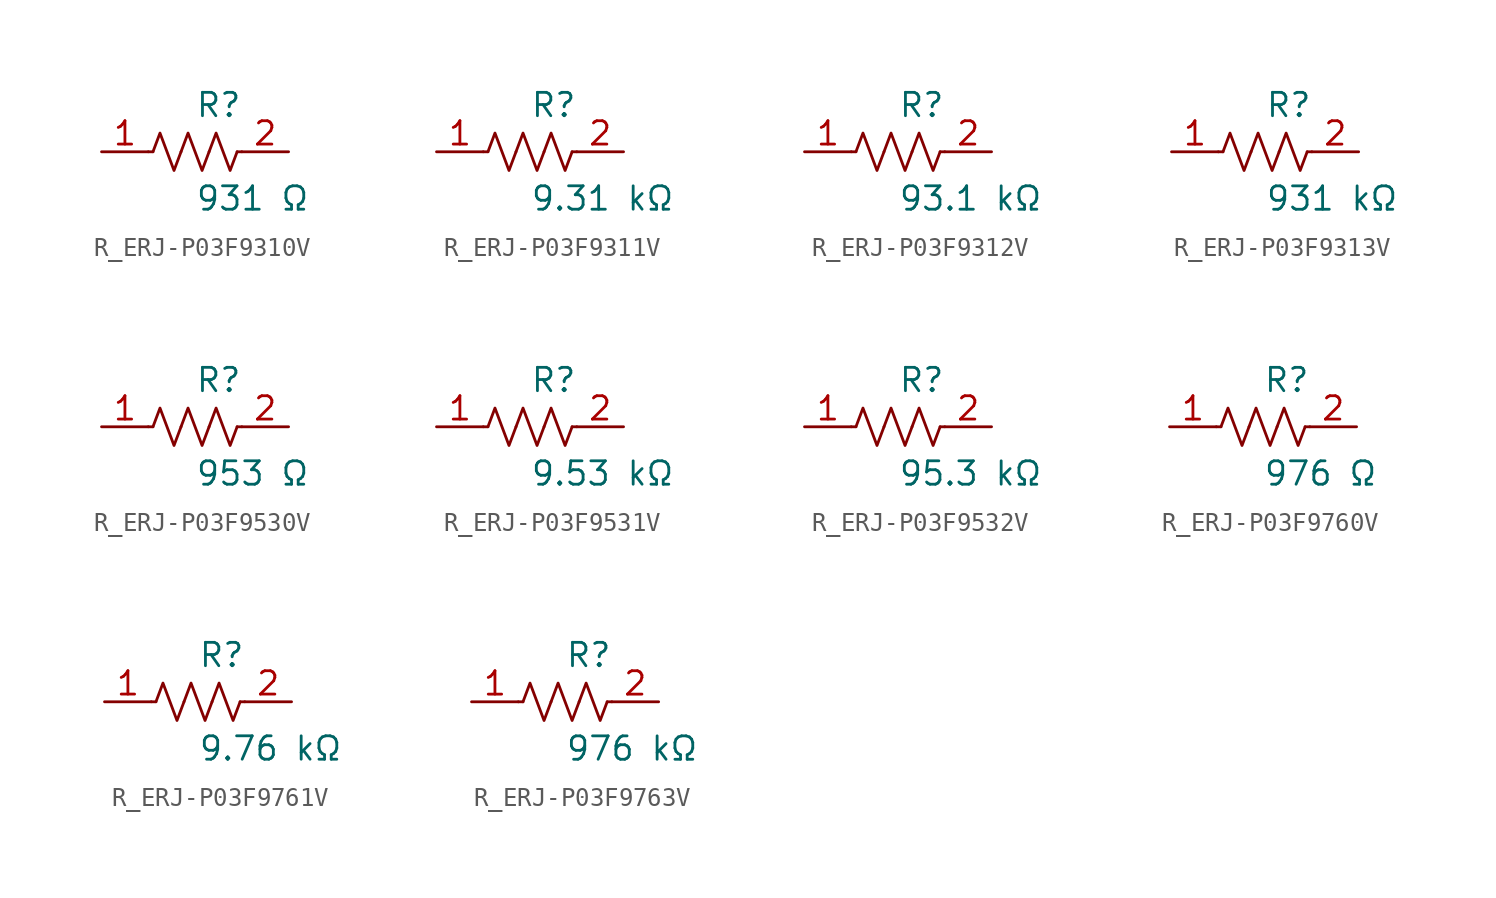
<source format=kicad_sym>
(kicad_symbol_lib
  (version 20231120)
  (generator kicad_symbol_editor)
  (generator_version 8.0)
  (symbol "R_ERJ-P03F9310V"
    (pin_names
      (offset 0.254))
    (property "Reference" "R"
      (at 0.0 2.54 0)
      (effects (font (size 1.27 1.27)) (justify left)))
    (property "Value" "931 Ω"
      (at 0.0 -2.54 0)
      (effects (font (size 1.27 1.27)) (justify left)))
    (symbol "R_ERJ-P03F9310V_0_1"
      (polyline (pts (xy 2.286 0) (xy 2.54 0)) (stroke (width 0) (type default)) (fill (type none)))
      (polyline (pts (xy -2.286 0) (xy -2.54 0)) (stroke (width 0) (type default)) (fill (type none)))
      (polyline (pts (xy 0.762 0) (xy 1.143 1.016) (xy 1.524 0) (xy 1.905 -1.016) (xy 2.286 0)) (stroke (width 0) (type default)) (fill (type none)))
      (polyline (pts (xy -0.762 0) (xy -0.381 1.016) (xy 0 0) (xy 0.381 -1.016) (xy 0.762 0)) (stroke (width 0) (type default)) (fill (type none)))
      (polyline (pts (xy -2.286 0) (xy -1.905 1.016) (xy -1.524 0) (xy -1.143 -1.016) (xy -0.762 0)) (stroke (width 0) (type default)) (fill (type none))))
    (pin unspecified line
      (at -5.08 0 0)
      (length 2.54)
      (name "" (effects (font (size 1.27 1.27))))
      (number "1" (effects (font (size 1.27 1.27)))))
    (pin unspecified line
      (at 5.08 0 180)
      (length 2.54)
      (name "" (effects (font (size 1.27 1.27))))
      (number "2" (effects (font (size 1.27 1.27))))))
  (symbol "R_ERJ-P03F9311V"
    (pin_names
      (offset 0.254))
    (property "Reference" "R"
      (at 0.0 2.54 0)
      (effects (font (size 1.27 1.27)) (justify left)))
    (property "Value" "9.31 kΩ"
      (at 0.0 -2.54 0)
      (effects (font (size 1.27 1.27)) (justify left)))
    (symbol "R_ERJ-P03F9311V_0_1"
      (polyline (pts (xy 2.286 0) (xy 2.54 0)) (stroke (width 0) (type default)) (fill (type none)))
      (polyline (pts (xy -2.286 0) (xy -2.54 0)) (stroke (width 0) (type default)) (fill (type none)))
      (polyline (pts (xy 0.762 0) (xy 1.143 1.016) (xy 1.524 0) (xy 1.905 -1.016) (xy 2.286 0)) (stroke (width 0) (type default)) (fill (type none)))
      (polyline (pts (xy -0.762 0) (xy -0.381 1.016) (xy 0 0) (xy 0.381 -1.016) (xy 0.762 0)) (stroke (width 0) (type default)) (fill (type none)))
      (polyline (pts (xy -2.286 0) (xy -1.905 1.016) (xy -1.524 0) (xy -1.143 -1.016) (xy -0.762 0)) (stroke (width 0) (type default)) (fill (type none))))
    (pin unspecified line
      (at -5.08 0 0)
      (length 2.54)
      (name "" (effects (font (size 1.27 1.27))))
      (number "1" (effects (font (size 1.27 1.27)))))
    (pin unspecified line
      (at 5.08 0 180)
      (length 2.54)
      (name "" (effects (font (size 1.27 1.27))))
      (number "2" (effects (font (size 1.27 1.27))))))
  (symbol "R_ERJ-P03F9312V"
    (pin_names
      (offset 0.254))
    (property "Reference" "R"
      (at 0.0 2.54 0)
      (effects (font (size 1.27 1.27)) (justify left)))
    (property "Value" "93.1 kΩ"
      (at 0.0 -2.54 0)
      (effects (font (size 1.27 1.27)) (justify left)))
    (symbol "R_ERJ-P03F9312V_0_1"
      (polyline (pts (xy 2.286 0) (xy 2.54 0)) (stroke (width 0) (type default)) (fill (type none)))
      (polyline (pts (xy -2.286 0) (xy -2.54 0)) (stroke (width 0) (type default)) (fill (type none)))
      (polyline (pts (xy 0.762 0) (xy 1.143 1.016) (xy 1.524 0) (xy 1.905 -1.016) (xy 2.286 0)) (stroke (width 0) (type default)) (fill (type none)))
      (polyline (pts (xy -0.762 0) (xy -0.381 1.016) (xy 0 0) (xy 0.381 -1.016) (xy 0.762 0)) (stroke (width 0) (type default)) (fill (type none)))
      (polyline (pts (xy -2.286 0) (xy -1.905 1.016) (xy -1.524 0) (xy -1.143 -1.016) (xy -0.762 0)) (stroke (width 0) (type default)) (fill (type none))))
    (pin unspecified line
      (at -5.08 0 0)
      (length 2.54)
      (name "" (effects (font (size 1.27 1.27))))
      (number "1" (effects (font (size 1.27 1.27)))))
    (pin unspecified line
      (at 5.08 0 180)
      (length 2.54)
      (name "" (effects (font (size 1.27 1.27))))
      (number "2" (effects (font (size 1.27 1.27))))))
  (symbol "R_ERJ-P03F9313V"
    (pin_names
      (offset 0.254))
    (property "Reference" "R"
      (at 0.0 2.54 0)
      (effects (font (size 1.27 1.27)) (justify left)))
    (property "Value" "931 kΩ"
      (at 0.0 -2.54 0)
      (effects (font (size 1.27 1.27)) (justify left)))
    (symbol "R_ERJ-P03F9313V_0_1"
      (polyline (pts (xy 2.286 0) (xy 2.54 0)) (stroke (width 0) (type default)) (fill (type none)))
      (polyline (pts (xy -2.286 0) (xy -2.54 0)) (stroke (width 0) (type default)) (fill (type none)))
      (polyline (pts (xy 0.762 0) (xy 1.143 1.016) (xy 1.524 0) (xy 1.905 -1.016) (xy 2.286 0)) (stroke (width 0) (type default)) (fill (type none)))
      (polyline (pts (xy -0.762 0) (xy -0.381 1.016) (xy 0 0) (xy 0.381 -1.016) (xy 0.762 0)) (stroke (width 0) (type default)) (fill (type none)))
      (polyline (pts (xy -2.286 0) (xy -1.905 1.016) (xy -1.524 0) (xy -1.143 -1.016) (xy -0.762 0)) (stroke (width 0) (type default)) (fill (type none))))
    (pin unspecified line
      (at -5.08 0 0)
      (length 2.54)
      (name "" (effects (font (size 1.27 1.27))))
      (number "1" (effects (font (size 1.27 1.27)))))
    (pin unspecified line
      (at 5.08 0 180)
      (length 2.54)
      (name "" (effects (font (size 1.27 1.27))))
      (number "2" (effects (font (size 1.27 1.27))))))
  (symbol "R_ERJ-P03F9530V"
    (pin_names
      (offset 0.254))
    (property "Reference" "R"
      (at 0.0 2.54 0)
      (effects (font (size 1.27 1.27)) (justify left)))
    (property "Value" "953 Ω"
      (at 0.0 -2.54 0)
      (effects (font (size 1.27 1.27)) (justify left)))
    (symbol "R_ERJ-P03F9530V_0_1"
      (polyline (pts (xy 2.286 0) (xy 2.54 0)) (stroke (width 0) (type default)) (fill (type none)))
      (polyline (pts (xy -2.286 0) (xy -2.54 0)) (stroke (width 0) (type default)) (fill (type none)))
      (polyline (pts (xy 0.762 0) (xy 1.143 1.016) (xy 1.524 0) (xy 1.905 -1.016) (xy 2.286 0)) (stroke (width 0) (type default)) (fill (type none)))
      (polyline (pts (xy -0.762 0) (xy -0.381 1.016) (xy 0 0) (xy 0.381 -1.016) (xy 0.762 0)) (stroke (width 0) (type default)) (fill (type none)))
      (polyline (pts (xy -2.286 0) (xy -1.905 1.016) (xy -1.524 0) (xy -1.143 -1.016) (xy -0.762 0)) (stroke (width 0) (type default)) (fill (type none))))
    (pin unspecified line
      (at -5.08 0 0)
      (length 2.54)
      (name "" (effects (font (size 1.27 1.27))))
      (number "1" (effects (font (size 1.27 1.27)))))
    (pin unspecified line
      (at 5.08 0 180)
      (length 2.54)
      (name "" (effects (font (size 1.27 1.27))))
      (number "2" (effects (font (size 1.27 1.27))))))
  (symbol "R_ERJ-P03F9531V"
    (pin_names
      (offset 0.254))
    (property "Reference" "R"
      (at 0.0 2.54 0)
      (effects (font (size 1.27 1.27)) (justify left)))
    (property "Value" "9.53 kΩ"
      (at 0.0 -2.54 0)
      (effects (font (size 1.27 1.27)) (justify left)))
    (symbol "R_ERJ-P03F9531V_0_1"
      (polyline (pts (xy 2.286 0) (xy 2.54 0)) (stroke (width 0) (type default)) (fill (type none)))
      (polyline (pts (xy -2.286 0) (xy -2.54 0)) (stroke (width 0) (type default)) (fill (type none)))
      (polyline (pts (xy 0.762 0) (xy 1.143 1.016) (xy 1.524 0) (xy 1.905 -1.016) (xy 2.286 0)) (stroke (width 0) (type default)) (fill (type none)))
      (polyline (pts (xy -0.762 0) (xy -0.381 1.016) (xy 0 0) (xy 0.381 -1.016) (xy 0.762 0)) (stroke (width 0) (type default)) (fill (type none)))
      (polyline (pts (xy -2.286 0) (xy -1.905 1.016) (xy -1.524 0) (xy -1.143 -1.016) (xy -0.762 0)) (stroke (width 0) (type default)) (fill (type none))))
    (pin unspecified line
      (at -5.08 0 0)
      (length 2.54)
      (name "" (effects (font (size 1.27 1.27))))
      (number "1" (effects (font (size 1.27 1.27)))))
    (pin unspecified line
      (at 5.08 0 180)
      (length 2.54)
      (name "" (effects (font (size 1.27 1.27))))
      (number "2" (effects (font (size 1.27 1.27))))))
  (symbol "R_ERJ-P03F9532V"
    (pin_names
      (offset 0.254))
    (property "Reference" "R"
      (at 0.0 2.54 0)
      (effects (font (size 1.27 1.27)) (justify left)))
    (property "Value" "95.3 kΩ"
      (at 0.0 -2.54 0)
      (effects (font (size 1.27 1.27)) (justify left)))
    (symbol "R_ERJ-P03F9532V_0_1"
      (polyline (pts (xy 2.286 0) (xy 2.54 0)) (stroke (width 0) (type default)) (fill (type none)))
      (polyline (pts (xy -2.286 0) (xy -2.54 0)) (stroke (width 0) (type default)) (fill (type none)))
      (polyline (pts (xy 0.762 0) (xy 1.143 1.016) (xy 1.524 0) (xy 1.905 -1.016) (xy 2.286 0)) (stroke (width 0) (type default)) (fill (type none)))
      (polyline (pts (xy -0.762 0) (xy -0.381 1.016) (xy 0 0) (xy 0.381 -1.016) (xy 0.762 0)) (stroke (width 0) (type default)) (fill (type none)))
      (polyline (pts (xy -2.286 0) (xy -1.905 1.016) (xy -1.524 0) (xy -1.143 -1.016) (xy -0.762 0)) (stroke (width 0) (type default)) (fill (type none))))
    (pin unspecified line
      (at -5.08 0 0)
      (length 2.54)
      (name "" (effects (font (size 1.27 1.27))))
      (number "1" (effects (font (size 1.27 1.27)))))
    (pin unspecified line
      (at 5.08 0 180)
      (length 2.54)
      (name "" (effects (font (size 1.27 1.27))))
      (number "2" (effects (font (size 1.27 1.27))))))
  (symbol "R_ERJ-P03F9760V"
    (pin_names
      (offset 0.254))
    (property "Reference" "R"
      (at 0.0 2.54 0)
      (effects (font (size 1.27 1.27)) (justify left)))
    (property "Value" "976 Ω"
      (at 0.0 -2.54 0)
      (effects (font (size 1.27 1.27)) (justify left)))
    (symbol "R_ERJ-P03F9760V_0_1"
      (polyline (pts (xy 2.286 0) (xy 2.54 0)) (stroke (width 0) (type default)) (fill (type none)))
      (polyline (pts (xy -2.286 0) (xy -2.54 0)) (stroke (width 0) (type default)) (fill (type none)))
      (polyline (pts (xy 0.762 0) (xy 1.143 1.016) (xy 1.524 0) (xy 1.905 -1.016) (xy 2.286 0)) (stroke (width 0) (type default)) (fill (type none)))
      (polyline (pts (xy -0.762 0) (xy -0.381 1.016) (xy 0 0) (xy 0.381 -1.016) (xy 0.762 0)) (stroke (width 0) (type default)) (fill (type none)))
      (polyline (pts (xy -2.286 0) (xy -1.905 1.016) (xy -1.524 0) (xy -1.143 -1.016) (xy -0.762 0)) (stroke (width 0) (type default)) (fill (type none))))
    (pin unspecified line
      (at -5.08 0 0)
      (length 2.54)
      (name "" (effects (font (size 1.27 1.27))))
      (number "1" (effects (font (size 1.27 1.27)))))
    (pin unspecified line
      (at 5.08 0 180)
      (length 2.54)
      (name "" (effects (font (size 1.27 1.27))))
      (number "2" (effects (font (size 1.27 1.27))))))
  (symbol "R_ERJ-P03F9761V"
    (pin_names
      (offset 0.254))
    (property "Reference" "R"
      (at 0.0 2.54 0)
      (effects (font (size 1.27 1.27)) (justify left)))
    (property "Value" "9.76 kΩ"
      (at 0.0 -2.54 0)
      (effects (font (size 1.27 1.27)) (justify left)))
    (symbol "R_ERJ-P03F9761V_0_1"
      (polyline (pts (xy 2.286 0) (xy 2.54 0)) (stroke (width 0) (type default)) (fill (type none)))
      (polyline (pts (xy -2.286 0) (xy -2.54 0)) (stroke (width 0) (type default)) (fill (type none)))
      (polyline (pts (xy 0.762 0) (xy 1.143 1.016) (xy 1.524 0) (xy 1.905 -1.016) (xy 2.286 0)) (stroke (width 0) (type default)) (fill (type none)))
      (polyline (pts (xy -0.762 0) (xy -0.381 1.016) (xy 0 0) (xy 0.381 -1.016) (xy 0.762 0)) (stroke (width 0) (type default)) (fill (type none)))
      (polyline (pts (xy -2.286 0) (xy -1.905 1.016) (xy -1.524 0) (xy -1.143 -1.016) (xy -0.762 0)) (stroke (width 0) (type default)) (fill (type none))))
    (pin unspecified line
      (at -5.08 0 0)
      (length 2.54)
      (name "" (effects (font (size 1.27 1.27))))
      (number "1" (effects (font (size 1.27 1.27)))))
    (pin unspecified line
      (at 5.08 0 180)
      (length 2.54)
      (name "" (effects (font (size 1.27 1.27))))
      (number "2" (effects (font (size 1.27 1.27))))))
  (symbol "R_ERJ-P03F9763V"
    (pin_names
      (offset 0.254))
    (property "Reference" "R"
      (at 0.0 2.54 0)
      (effects (font (size 1.27 1.27)) (justify left)))
    (property "Value" "976 kΩ"
      (at 0.0 -2.54 0)
      (effects (font (size 1.27 1.27)) (justify left)))
    (symbol "R_ERJ-P03F9763V_0_1"
      (polyline (pts (xy 2.286 0) (xy 2.54 0)) (stroke (width 0) (type default)) (fill (type none)))
      (polyline (pts (xy -2.286 0) (xy -2.54 0)) (stroke (width 0) (type default)) (fill (type none)))
      (polyline (pts (xy 0.762 0) (xy 1.143 1.016) (xy 1.524 0) (xy 1.905 -1.016) (xy 2.286 0)) (stroke (width 0) (type default)) (fill (type none)))
      (polyline (pts (xy -0.762 0) (xy -0.381 1.016) (xy 0 0) (xy 0.381 -1.016) (xy 0.762 0)) (stroke (width 0) (type default)) (fill (type none)))
      (polyline (pts (xy -2.286 0) (xy -1.905 1.016) (xy -1.524 0) (xy -1.143 -1.016) (xy -0.762 0)) (stroke (width 0) (type default)) (fill (type none))))
    (pin unspecified line
      (at -5.08 0 0)
      (length 2.54)
      (name "" (effects (font (size 1.27 1.27))))
      (number "1" (effects (font (size 1.27 1.27)))))
    (pin unspecified line
      (at 5.08 0 180)
      (length 2.54)
      (name "" (effects (font (size 1.27 1.27))))
      (number "2" (effects (font (size 1.27 1.27)))))))
</source>
